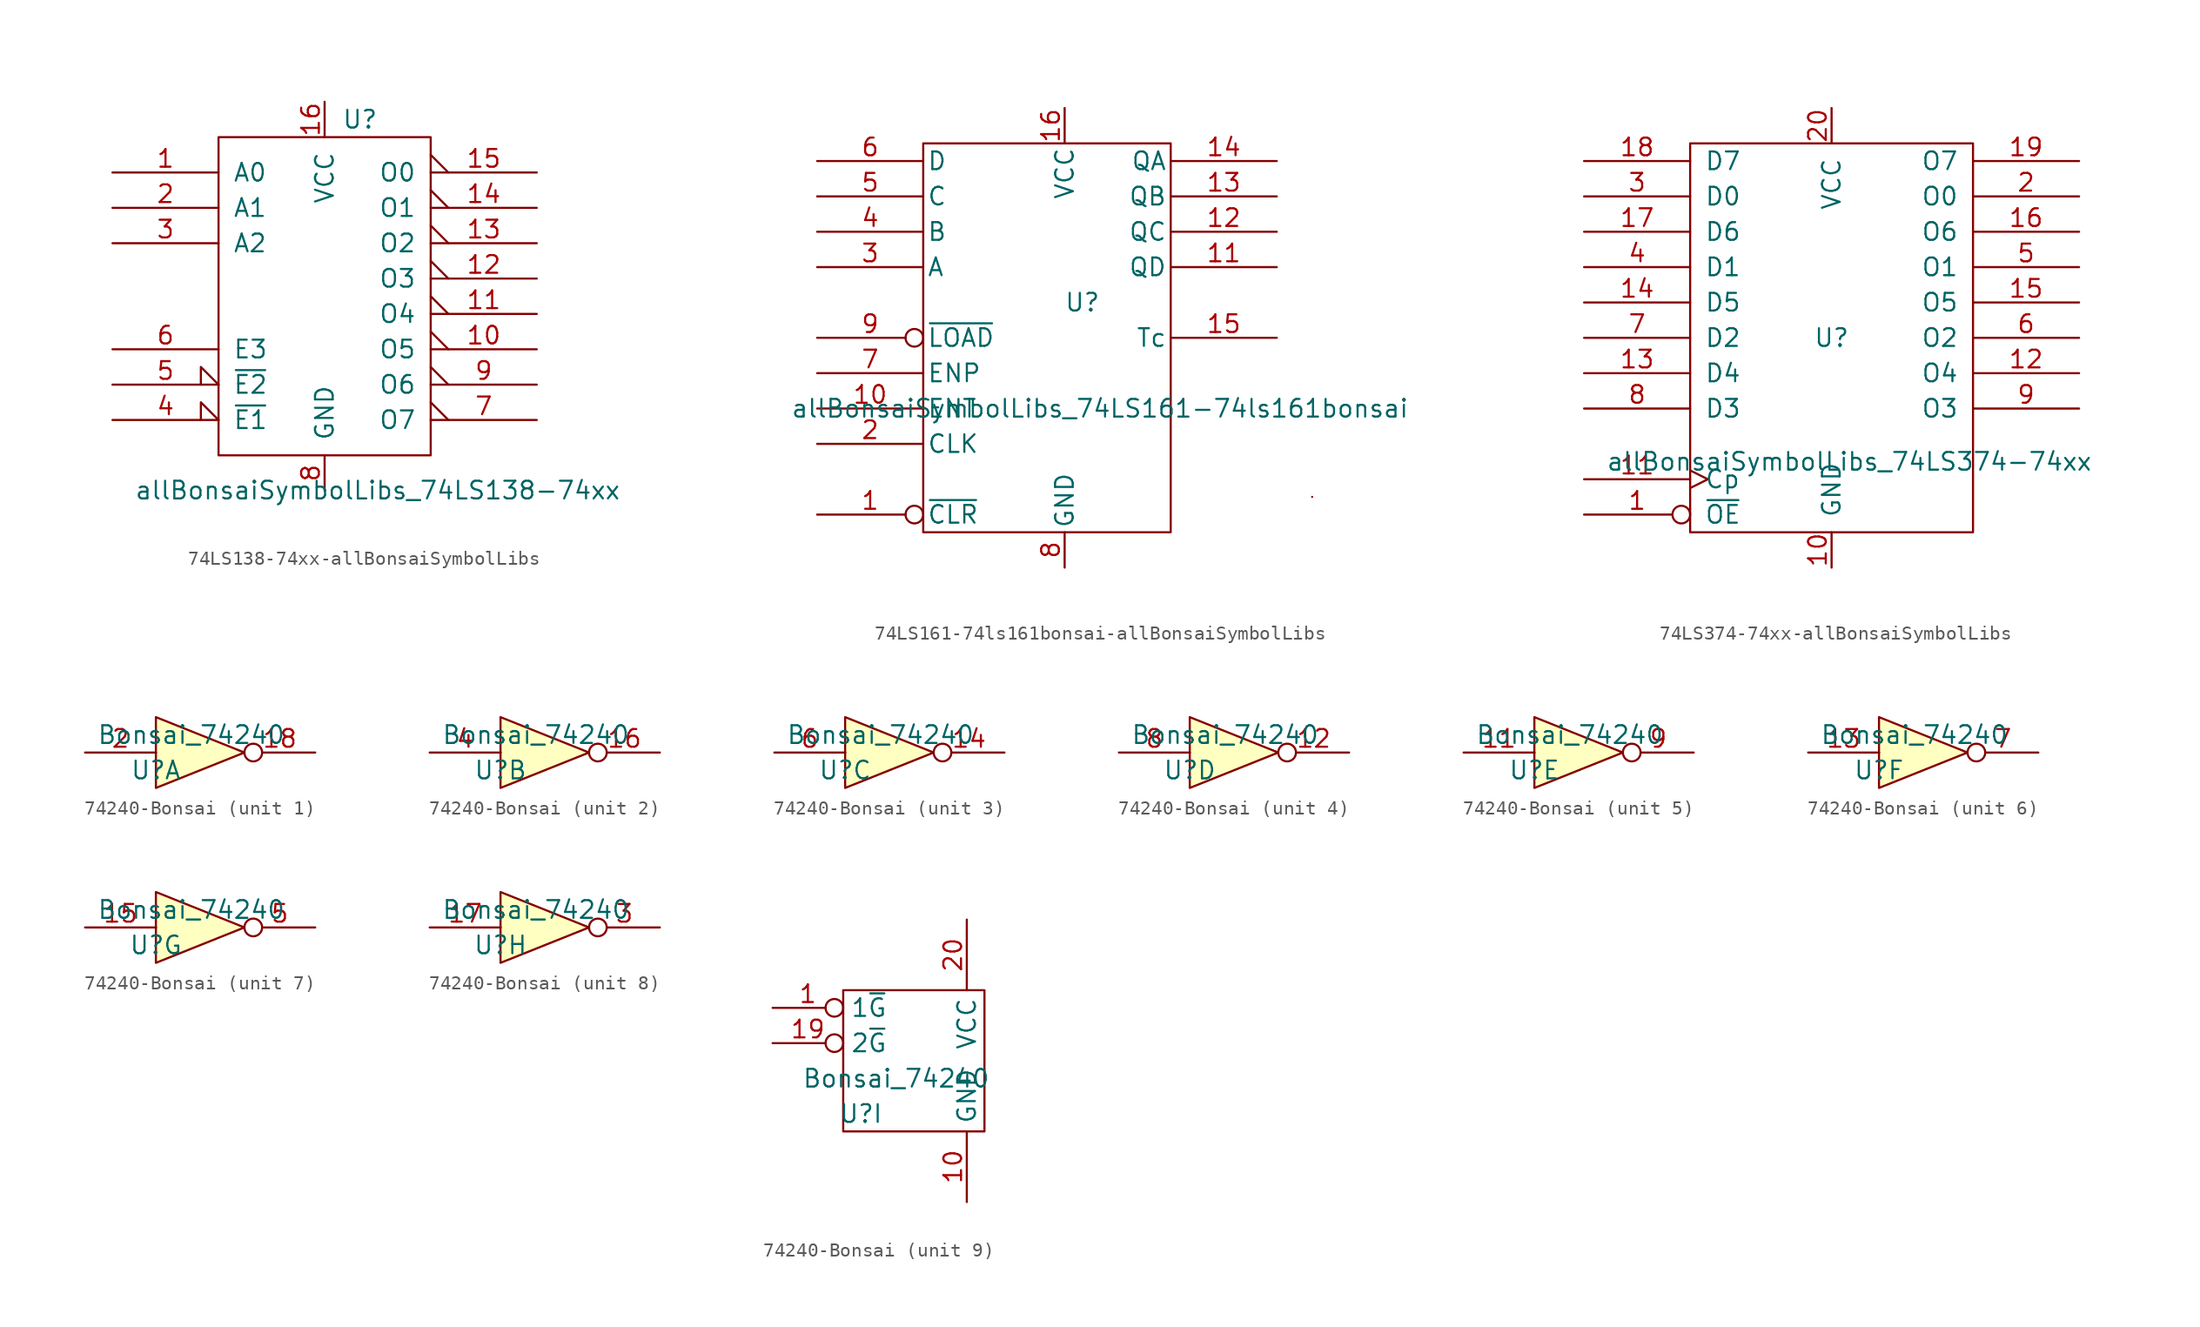
<source format=kicad_sym>
(kicad_symbol_lib
  (version 20220914)
  (generator kicad_symbol_editor)
  (symbol "74LS138-74xx-allBonsaiSymbolLibs"
    (pin_names
      (offset 1.016))
    (property "Reference" "U"
      (at 2.54 12.7 0)
      (effects (font (size 1.27 1.27))))
    (property "Value" "allBonsaiSymbolLibs_74LS138-74xx"
      (at 3.81 -13.945 0)
      (effects (font (size 1.27 1.27))))
    (property "Footprint" ""
      (at 0 0 0)
      (effects (font (size 1.27 1.27))))
    (property "Datasheet" ""
      (at 0 0 0)
      (effects (font (size 1.27 1.27))))
    (symbol "74LS138-74xx-allBonsaiSymbolLibs_0_1"
      (rectangle (start -7.62 11.43) (end 7.62 -11.43) (stroke (width 0) (type solid)) (fill (type none))))
    (symbol "74LS138-74xx-allBonsaiSymbolLibs_1_1"
      (pin input line (at -15.24 8.89 0) (length 7.62) (name "A0" (effects (font (size 1.27 1.27)))) (number "1" (effects (font (size 1.27 1.27)))))
      (pin output output_low (at 15.24 -3.81 180) (length 7.62) (name "O5" (effects (font (size 1.27 1.27)))) (number "10" (effects (font (size 1.27 1.27)))))
      (pin output output_low (at 15.24 -1.27 180) (length 7.62) (name "O4" (effects (font (size 1.27 1.27)))) (number "11" (effects (font (size 1.27 1.27)))))
      (pin output output_low (at 15.24 1.27 180) (length 7.62) (name "O3" (effects (font (size 1.27 1.27)))) (number "12" (effects (font (size 1.27 1.27)))))
      (pin output output_low (at 15.24 3.81 180) (length 7.62) (name "O2" (effects (font (size 1.27 1.27)))) (number "13" (effects (font (size 1.27 1.27)))))
      (pin output output_low (at 15.24 6.35 180) (length 7.62) (name "O1" (effects (font (size 1.27 1.27)))) (number "14" (effects (font (size 1.27 1.27)))))
      (pin output output_low (at 15.24 8.89 180) (length 7.62) (name "O0" (effects (font (size 1.27 1.27)))) (number "15" (effects (font (size 1.27 1.27)))))
      (pin power_in line (at 0 13.97 270) (length 2.54) (name "VCC" (effects (font (size 1.27 1.27)))) (number "16" (effects (font (size 1.27 1.27)))))
      (pin input line (at -15.24 6.35 0) (length 7.62) (name "A1" (effects (font (size 1.27 1.27)))) (number "2" (effects (font (size 1.27 1.27)))))
      (pin input line (at -15.24 3.81 0) (length 7.62) (name "A2" (effects (font (size 1.27 1.27)))) (number "3" (effects (font (size 1.27 1.27)))))
      (pin input input_low (at -15.24 -8.89 0) (length 7.62) (name "~{E1}" (effects (font (size 1.27 1.27)))) (number "4" (effects (font (size 1.27 1.27)))))
      (pin input input_low (at -15.24 -6.35 0) (length 7.62) (name "~{E2}" (effects (font (size 1.27 1.27)))) (number "5" (effects (font (size 1.27 1.27)))))
      (pin input line (at -15.24 -3.81 0) (length 7.62) (name "E3" (effects (font (size 1.27 1.27)))) (number "6" (effects (font (size 1.27 1.27)))))
      (pin output output_low (at 15.24 -8.89 180) (length 7.62) (name "O7" (effects (font (size 1.27 1.27)))) (number "7" (effects (font (size 1.27 1.27)))))
      (pin power_in line (at 0 -13.97 90) (length 2.54) (name "GND" (effects (font (size 1.27 1.27)))) (number "8" (effects (font (size 1.27 1.27)))))
      (pin output output_low (at 15.24 -6.35 180) (length 7.62) (name "O6" (effects (font (size 1.27 1.27)))) (number "9" (effects (font (size 1.27 1.27)))))))
  (symbol "74LS161-74ls161bonsai-allBonsaiSymbolLibs"
    (pin_names
      (offset 0.254))
    (property "Reference" "U"
      (at 1.27 2.54 0)
      (effects (font (size 1.27 1.27))))
    (property "Value" "allBonsaiSymbolLibs_74LS161-74ls161bonsai"
      (at 2.54 -5.08 0)
      (effects (font (size 1.27 1.27))))
    (symbol "74LS161-74ls161bonsai-allBonsaiSymbolLibs_0_0"
      (pin power_in line (at 0 16.51 270) (length 2.54) (name "VCC" (effects (font (size 1.27 1.27)))) (number "16" (effects (font (size 1.27 1.27)))))
      (pin power_in line (at 0 -16.51 90) (length 2.54) (name "GND" (effects (font (size 1.27 1.27)))) (number "8" (effects (font (size 1.27 1.27))))))
    (symbol "74LS161-74ls161bonsai-allBonsaiSymbolLibs_0_1"
      (rectangle (start -10.16 13.97) (end 7.62 -13.97) (stroke (width 0) (type solid)) (fill (type none)))
      (rectangle (start 17.78 -11.43) (end 17.78 -11.43) (stroke (width 0) (type solid)) (fill (type none))))
    (symbol "74LS161-74ls161bonsai-allBonsaiSymbolLibs_1_1"
      (pin input inverted (at -17.78 -12.7 0) (length 7.62) (name "~{CLR}" (effects (font (size 1.27 1.27)))) (number "1" (effects (font (size 1.27 1.27)))))
      (pin input line (at -17.78 -5.08 0) (length 7.62) (name "ENT" (effects (font (size 1.27 1.27)))) (number "10" (effects (font (size 1.27 1.27)))))
      (pin output line (at 15.24 5.08 180) (length 7.62) (name "QD" (effects (font (size 1.27 1.27)))) (number "11" (effects (font (size 1.27 1.27)))))
      (pin output line (at 15.24 7.62 180) (length 7.62) (name "QC" (effects (font (size 1.27 1.27)))) (number "12" (effects (font (size 1.27 1.27)))))
      (pin output line (at 15.24 10.16 180) (length 7.62) (name "QB" (effects (font (size 1.27 1.27)))) (number "13" (effects (font (size 1.27 1.27)))))
      (pin output line (at 15.24 12.7 180) (length 7.62) (name "QA" (effects (font (size 1.27 1.27)))) (number "14" (effects (font (size 1.27 1.27)))))
      (pin output line (at 15.24 0 180) (length 7.62) (name "Tc" (effects (font (size 1.27 1.27)))) (number "15" (effects (font (size 1.27 1.27)))))
      (pin input line (at -17.78 -7.62 0) (length 7.62) (name "CLK" (effects (font (size 1.27 1.27)))) (number "2" (effects (font (size 1.27 1.27)))))
      (pin input line (at -17.78 5.08 0) (length 7.62) (name "A" (effects (font (size 1.27 1.27)))) (number "3" (effects (font (size 1.27 1.27)))))
      (pin input line (at -17.78 7.62 0) (length 7.62) (name "B" (effects (font (size 1.27 1.27)))) (number "4" (effects (font (size 1.27 1.27)))))
      (pin input line (at -17.78 10.16 0) (length 7.62) (name "C" (effects (font (size 1.27 1.27)))) (number "5" (effects (font (size 1.27 1.27)))))
      (pin input line (at -17.78 12.7 0) (length 7.62) (name "D" (effects (font (size 1.27 1.27)))) (number "6" (effects (font (size 1.27 1.27)))))
      (pin input line (at -17.78 -2.54 0) (length 7.62) (name "ENP" (effects (font (size 1.27 1.27)))) (number "7" (effects (font (size 1.27 1.27)))))
      (pin input inverted (at -17.78 0 0) (length 7.62) (name "~{LOAD}" (effects (font (size 1.27 1.27)))) (number "9" (effects (font (size 1.27 1.27)))))))
  (symbol "74LS374-74xx-allBonsaiSymbolLibs"
    (pin_names
      (offset 1.016))
    (property "Reference" "U"
      (at 0 0 0)
      (effects (font (size 1.27 1.27))))
    (property "Value" "allBonsaiSymbolLibs_74LS374-74xx"
      (at 1.27 -8.89 0)
      (effects (font (size 1.27 1.27))))
    (property "Footprint" ""
      (at 0 0 0)
      (effects (font (size 1.27 1.27))))
    (property "Datasheet" ""
      (at 0 0 0)
      (effects (font (size 1.27 1.27))))
    (symbol "74LS374-74xx-allBonsaiSymbolLibs_0_0"
      (pin power_in line (at 0 -16.51 90) (length 2.54) (name "GND" (effects (font (size 1.27 1.27)))) (number "10" (effects (font (size 1.27 1.27)))))
      (pin power_in line (at 0 16.51 270) (length 2.54) (name "VCC" (effects (font (size 1.27 1.27)))) (number "20" (effects (font (size 1.27 1.27))))))
    (symbol "74LS374-74xx-allBonsaiSymbolLibs_0_1"
      (rectangle (start -10.16 13.97) (end 10.16 -13.97) (stroke (width 0) (type solid)) (fill (type none))))
    (symbol "74LS374-74xx-allBonsaiSymbolLibs_1_1"
      (pin input inverted (at -17.78 -12.7 0) (length 7.62) (name "~{OE}" (effects (font (size 1.27 1.27)))) (number "1" (effects (font (size 1.27 1.27)))))
      (pin input clock (at -17.78 -10.16 0) (length 7.62) (name "Cp" (effects (font (size 1.27 1.27)))) (number "11" (effects (font (size 1.27 1.27)))))
      (pin tri_state line (at 17.78 -2.54 180) (length 7.62) (name "O4" (effects (font (size 1.27 1.27)))) (number "12" (effects (font (size 1.27 1.27)))))
      (pin input line (at -17.78 -2.54 0) (length 7.62) (name "D4" (effects (font (size 1.27 1.27)))) (number "13" (effects (font (size 1.27 1.27)))))
      (pin input line (at -17.78 2.54 0) (length 7.62) (name "D5" (effects (font (size 1.27 1.27)))) (number "14" (effects (font (size 1.27 1.27)))))
      (pin tri_state line (at 17.78 2.54 180) (length 7.62) (name "O5" (effects (font (size 1.27 1.27)))) (number "15" (effects (font (size 1.27 1.27)))))
      (pin tri_state line (at 17.78 7.62 180) (length 7.62) (name "O6" (effects (font (size 1.27 1.27)))) (number "16" (effects (font (size 1.27 1.27)))))
      (pin input line (at -17.78 7.62 0) (length 7.62) (name "D6" (effects (font (size 1.27 1.27)))) (number "17" (effects (font (size 1.27 1.27)))))
      (pin input line (at -17.78 12.7 0) (length 7.62) (name "D7" (effects (font (size 1.27 1.27)))) (number "18" (effects (font (size 1.27 1.27)))))
      (pin tri_state line (at 17.78 12.7 180) (length 7.62) (name "O7" (effects (font (size 1.27 1.27)))) (number "19" (effects (font (size 1.27 1.27)))))
      (pin tri_state line (at 17.78 10.16 180) (length 7.62) (name "O0" (effects (font (size 1.27 1.27)))) (number "2" (effects (font (size 1.27 1.27)))))
      (pin input line (at -17.78 10.16 0) (length 7.62) (name "D0" (effects (font (size 1.27 1.27)))) (number "3" (effects (font (size 1.27 1.27)))))
      (pin input line (at -17.78 5.08 0) (length 7.62) (name "D1" (effects (font (size 1.27 1.27)))) (number "4" (effects (font (size 1.27 1.27)))))
      (pin tri_state line (at 17.78 5.08 180) (length 7.62) (name "O1" (effects (font (size 1.27 1.27)))) (number "5" (effects (font (size 1.27 1.27)))))
      (pin tri_state line (at 17.78 0 180) (length 7.62) (name "O2" (effects (font (size 1.27 1.27)))) (number "6" (effects (font (size 1.27 1.27)))))
      (pin input line (at -17.78 0 0) (length 7.62) (name "D2" (effects (font (size 1.27 1.27)))) (number "7" (effects (font (size 1.27 1.27)))))
      (pin input line (at -17.78 -5.08 0) (length 7.62) (name "D3" (effects (font (size 1.27 1.27)))) (number "8" (effects (font (size 1.27 1.27)))))
      (pin tri_state line (at 17.78 -5.08 180) (length 7.62) (name "O3" (effects (font (size 1.27 1.27)))) (number "9" (effects (font (size 1.27 1.27)))))))
  (symbol "74240-Bonsai"
    (property "Reference" "U"
      (at -2.54 -1.27 0)
      (effects (font (size 1.27 1.27))))
    (property "Value" "Bonsai_74240"
      (at 0 1.27 0)
      (effects (font (size 1.27 1.27))))
    (property "ki_locked" ""
      (at 0 0 0)
      (effects (font (size 1.27 1.27))))
    (symbol "74240-Bonsai_1_0"
      (pin output inverted (at 8.89 0 180) (length 5.08) (name "~" (effects (font (size 1.27 1.27)))) (number "18" (effects (font (size 1.27 1.27)))))
      (pin input line (at -7.62 0 0) (length 5.08) (name "~" (effects (font (size 1.27 1.27)))) (number "2" (effects (font (size 1.27 1.27))))))
    (symbol "74240-Bonsai_1_1"
      (rectangle (start -2.54 0) (end -2.54 0) (stroke (width 0) (type solid)) (fill (type none)))
      (polyline (pts (xy 3.81 0) (xy -2.54 2.54) (xy -2.54 -2.54) (xy 3.81 0)) (stroke (width 0) (type solid)) (fill (type background))))
    (symbol "74240-Bonsai_2_0"
      (pin output inverted (at 8.89 0 180) (length 5.08) (name "~" (effects (font (size 1.27 1.27)))) (number "16" (effects (font (size 1.27 1.27)))))
      (pin input line (at -7.62 0 0) (length 5.08) (name "~" (effects (font (size 1.27 1.27)))) (number "4" (effects (font (size 1.27 1.27))))))
    (symbol "74240-Bonsai_2_1"
      (rectangle (start -2.54 0) (end -2.54 0) (stroke (width 0) (type solid)) (fill (type none)))
      (polyline (pts (xy 3.81 0) (xy -2.54 2.54) (xy -2.54 -2.54) (xy 3.81 0)) (stroke (width 0) (type solid)) (fill (type background))))
    (symbol "74240-Bonsai_3_0"
      (pin output inverted (at 8.89 0 180) (length 5.08) (name "~" (effects (font (size 1.27 1.27)))) (number "14" (effects (font (size 1.27 1.27)))))
      (pin input line (at -7.62 0 0) (length 5.08) (name "~" (effects (font (size 1.27 1.27)))) (number "6" (effects (font (size 1.27 1.27))))))
    (symbol "74240-Bonsai_3_1"
      (rectangle (start -2.54 0) (end -2.54 0) (stroke (width 0) (type solid)) (fill (type none)))
      (polyline (pts (xy 3.81 0) (xy -2.54 2.54) (xy -2.54 -2.54) (xy 3.81 0)) (stroke (width 0) (type solid)) (fill (type background))))
    (symbol "74240-Bonsai_4_0"
      (pin output inverted (at 8.89 0 180) (length 5.08) (name "~" (effects (font (size 1.27 1.27)))) (number "12" (effects (font (size 1.27 1.27)))))
      (pin input line (at -7.62 0 0) (length 5.08) (name "~" (effects (font (size 1.27 1.27)))) (number "8" (effects (font (size 1.27 1.27))))))
    (symbol "74240-Bonsai_4_1"
      (rectangle (start -2.54 0) (end -2.54 0) (stroke (width 0) (type solid)) (fill (type none)))
      (polyline (pts (xy 3.81 0) (xy -2.54 2.54) (xy -2.54 -2.54) (xy 3.81 0)) (stroke (width 0) (type solid)) (fill (type background))))
    (symbol "74240-Bonsai_5_0"
      (pin input line (at -7.62 0 0) (length 5.08) (name "~" (effects (font (size 1.27 1.27)))) (number "11" (effects (font (size 1.27 1.27)))))
      (pin output inverted (at 8.89 0 180) (length 5.08) (name "~" (effects (font (size 1.27 1.27)))) (number "9" (effects (font (size 1.27 1.27))))))
    (symbol "74240-Bonsai_5_1"
      (rectangle (start -2.54 0) (end -2.54 0) (stroke (width 0) (type solid)) (fill (type none)))
      (polyline (pts (xy 3.81 0) (xy -2.54 2.54) (xy -2.54 -2.54) (xy 3.81 0)) (stroke (width 0) (type solid)) (fill (type background))))
    (symbol "74240-Bonsai_6_0"
      (pin input line (at -7.62 0 0) (length 5.08) (name "~" (effects (font (size 1.27 1.27)))) (number "13" (effects (font (size 1.27 1.27)))))
      (pin output inverted (at 8.89 0 180) (length 5.08) (name "~" (effects (font (size 1.27 1.27)))) (number "7" (effects (font (size 1.27 1.27))))))
    (symbol "74240-Bonsai_6_1"
      (rectangle (start -2.54 0) (end -2.54 0) (stroke (width 0) (type solid)) (fill (type none)))
      (polyline (pts (xy 3.81 0) (xy -2.54 2.54) (xy -2.54 -2.54) (xy 3.81 0)) (stroke (width 0) (type solid)) (fill (type background))))
    (symbol "74240-Bonsai_7_0"
      (pin input line (at -7.62 0 0) (length 5.08) (name "~" (effects (font (size 1.27 1.27)))) (number "15" (effects (font (size 1.27 1.27)))))
      (pin output inverted (at 8.89 0 180) (length 5.08) (name "~" (effects (font (size 1.27 1.27)))) (number "5" (effects (font (size 1.27 1.27))))))
    (symbol "74240-Bonsai_7_1"
      (rectangle (start -2.54 0) (end -2.54 0) (stroke (width 0) (type solid)) (fill (type none)))
      (polyline (pts (xy 3.81 0) (xy -2.54 2.54) (xy -2.54 -2.54) (xy 3.81 0)) (stroke (width 0) (type solid)) (fill (type background))))
    (symbol "74240-Bonsai_8_0"
      (pin input line (at -7.62 0 0) (length 5.08) (name "~" (effects (font (size 1.27 1.27)))) (number "17" (effects (font (size 1.27 1.27)))))
      (pin output inverted (at 8.89 0 180) (length 5.08) (name "~" (effects (font (size 1.27 1.27)))) (number "3" (effects (font (size 1.27 1.27))))))
    (symbol "74240-Bonsai_8_1"
      (rectangle (start -2.54 0) (end -2.54 0) (stroke (width 0) (type solid)) (fill (type none)))
      (polyline (pts (xy 3.81 0) (xy -2.54 2.54) (xy -2.54 -2.54) (xy 3.81 0)) (stroke (width 0) (type solid)) (fill (type background))))
    (symbol "74240-Bonsai_9_0"
      (pin input inverted (at -8.89 6.35 0) (length 5.08) (name "1~{G}" (effects (font (size 1.27 1.27)))) (number "1" (effects (font (size 1.27 1.27)))))
      (pin power_in line (at 5.08 -7.62 90) (length 5.08) (name "GND" (effects (font (size 1.27 1.27)))) (number "10" (effects (font (size 1.27 1.27)))))
      (pin input inverted (at -8.89 3.81 0) (length 5.08) (name "2~{G}" (effects (font (size 1.27 1.27)))) (number "19" (effects (font (size 1.27 1.27)))))
      (pin power_in line (at 5.08 12.7 270) (length 5.08) (name "VCC" (effects (font (size 1.27 1.27)))) (number "20" (effects (font (size 1.27 1.27))))))
    (symbol "74240-Bonsai_9_1"
      (polyline (pts (xy -3.81 7.62) (xy 6.35 7.62) (xy 6.35 -2.54) (xy -3.81 -2.54) (xy -3.81 7.62)) (stroke (width 0) (type solid)) (fill (type none))))))
</source>
